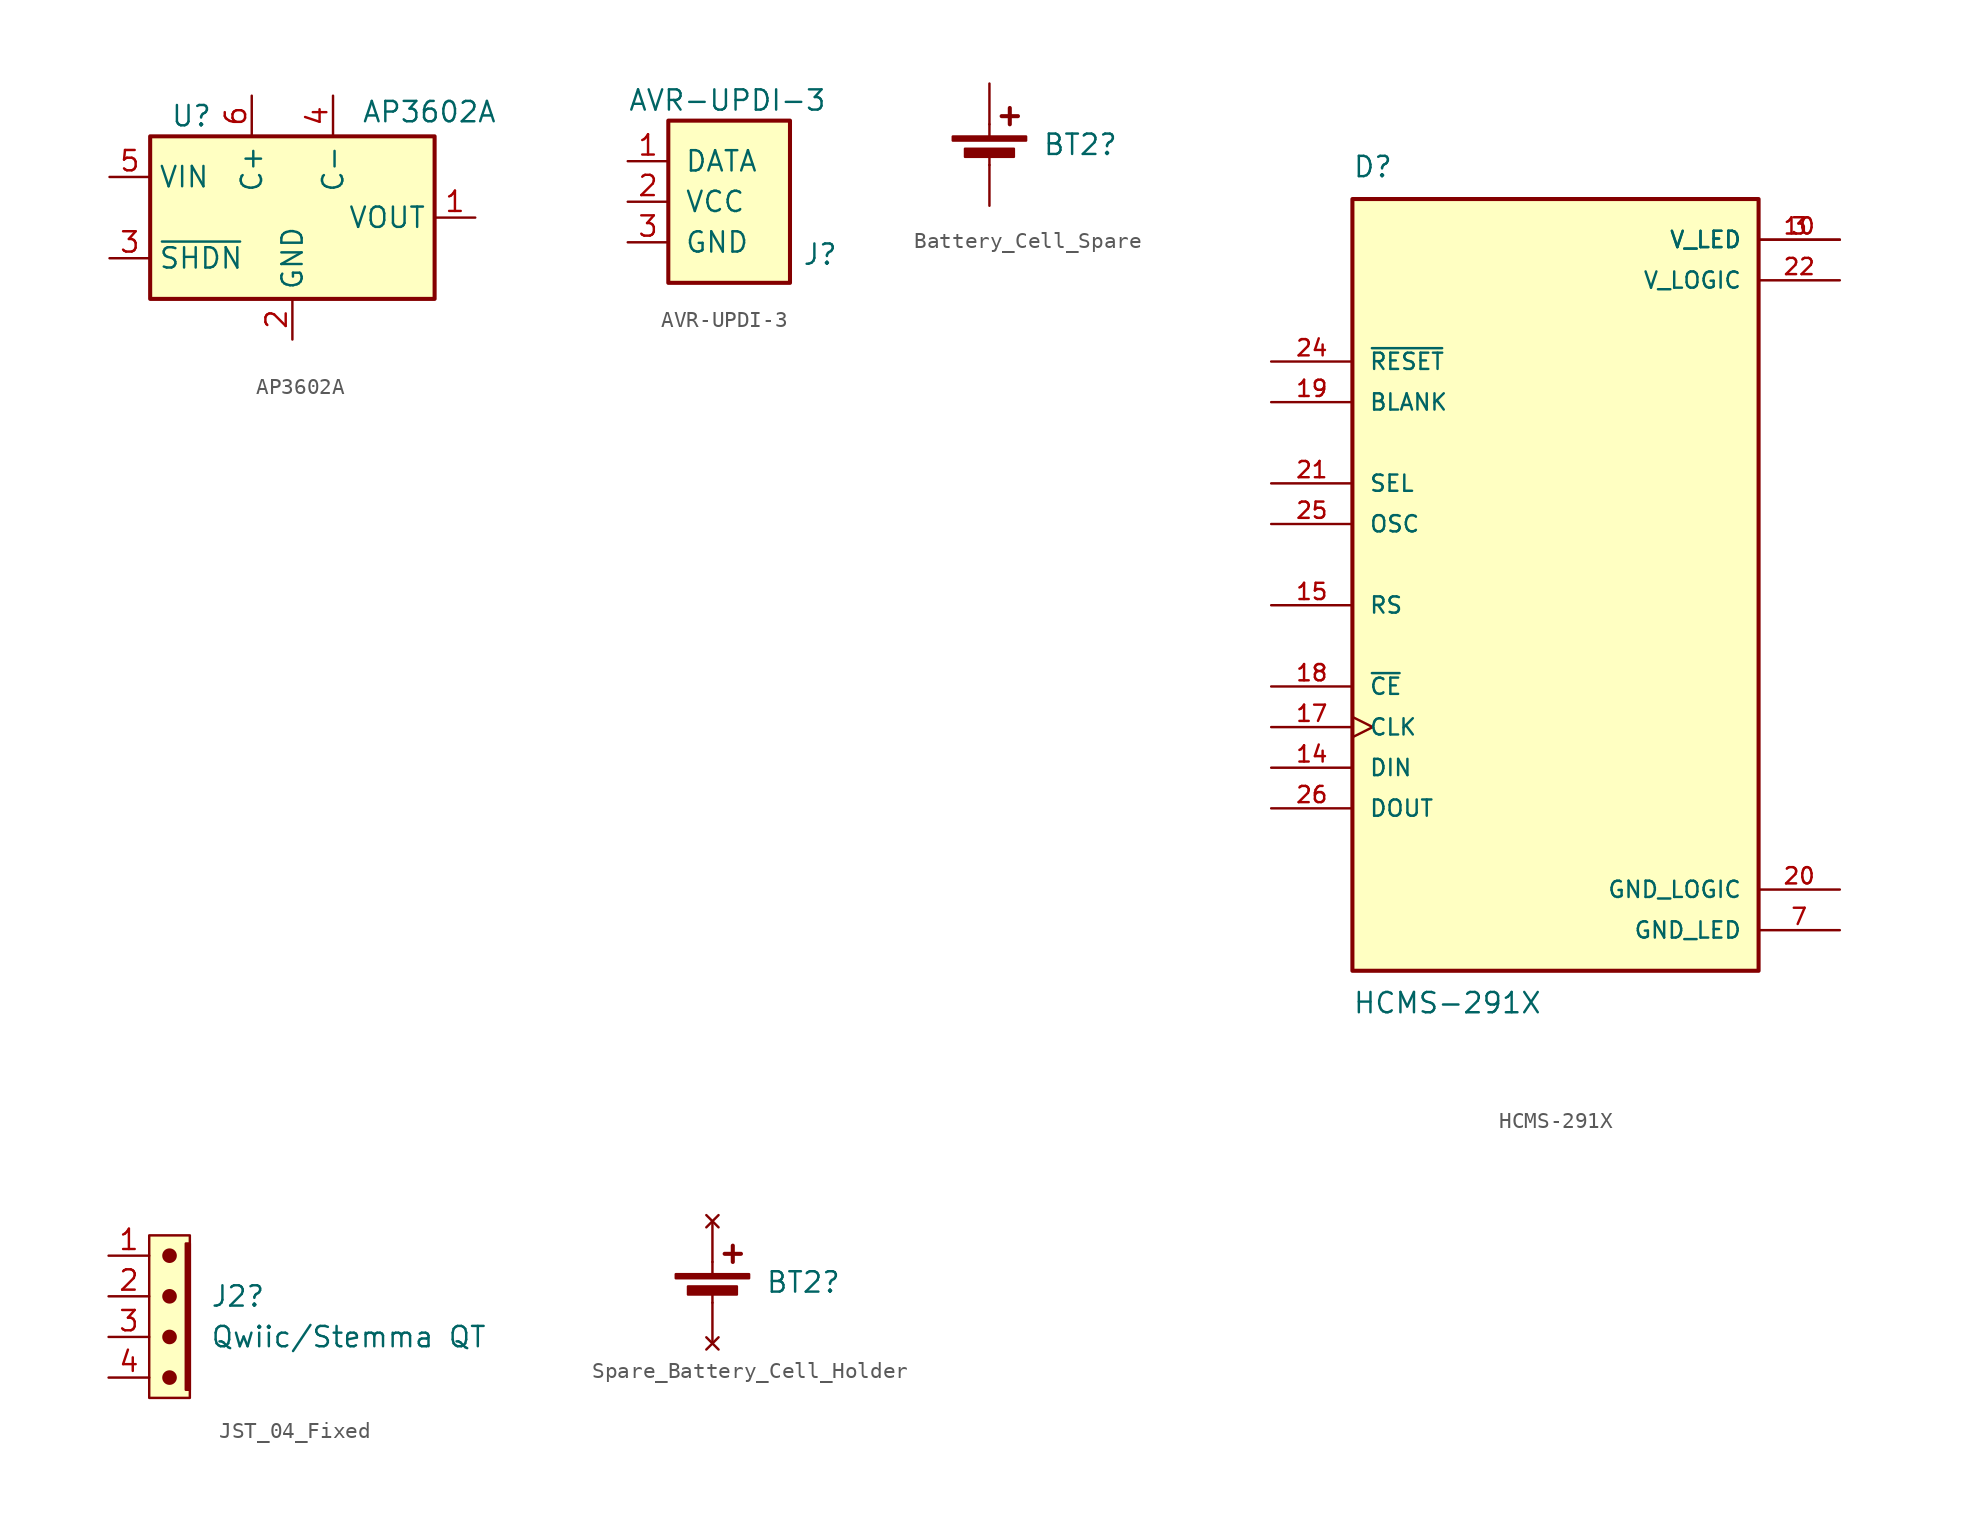
<source format=kicad_sym>
(kicad_symbol_lib
  (version 20231120)
  (generator "kicad_symbol_editor")
  (generator_version "8.0")
  (symbol "AP3602A"
    (property "Reference" "U"
      (at -7.62 6.35 0)
      (effects (font (size 1.27 1.27)) (justify left)))
    (property "Value" "AP3602A"
      (at 4.318 6.604 0)
      (effects (font (size 1.27 1.27)) (justify left)))
    (symbol "AP3602A_0_1"
      (rectangle (start -8.89 5.08) (end 8.89 -5.08) (stroke (width 0.254) (type default)) (fill (type background))))
    (symbol "AP3602A_1_1"
      (pin power_out line (at 11.43 0 180) (length 2.54) (name "VOUT" (effects (font (size 1.27 1.27)))) (number "1" (effects (font (size 1.27 1.27)))))
      (pin power_in line (at 0 -7.62 90) (length 2.54) (name "GND" (effects (font (size 1.27 1.27)))) (number "2" (effects (font (size 1.27 1.27)))))
      (pin input line (at -11.43 -2.54 0) (length 2.54) (name "~{SHDN}" (effects (font (size 1.27 1.27)))) (number "3" (effects (font (size 1.27 1.27)))))
      (pin passive line (at 2.54 7.62 270) (length 2.54) (name "C-" (effects (font (size 1.27 1.27)))) (number "4" (effects (font (size 1.27 1.27)))))
      (pin power_in line (at -11.43 2.54 0) (length 2.54) (name "VIN" (effects (font (size 1.27 1.27)))) (number "5" (effects (font (size 1.27 1.27)))))
      (pin passive line (at -2.54 7.62 270) (length 2.54) (name "C+" (effects (font (size 1.27 1.27)))) (number "6" (effects (font (size 1.27 1.27)))))))
  (symbol "AVR-UPDI-3"
    (pin_names
      (offset 1.016))
    (property "Reference" "J"
      (at 4.572 -3.302 0)
      (effects (font (size 1.27 1.27)) (justify left)))
    (property "Value" "AVR-UPDI-3"
      (at -6.35 6.35 0)
      (effects (font (size 1.27 1.27)) (justify left)))
    (symbol "AVR-UPDI-3_0_1"
      (rectangle (start -3.81 5.08) (end 3.81 -5.08) (stroke (width 0.254) (type default)) (fill (type background))))
    (symbol "AVR-UPDI-3_1_1"
      (pin passive line (at -6.35 2.54 0) (length 2.54) (name "DATA" (effects (font (size 1.27 1.27)))) (number "1" (effects (font (size 1.27 1.27)))))
      (pin passive line (at -6.35 0 0) (length 2.54) (name "VCC" (effects (font (size 1.27 1.27)))) (number "2" (effects (font (size 1.27 1.27)))))
      (pin passive line (at -6.35 -2.54 0) (length 2.54) (name "GND" (effects (font (size 1.27 1.27)))) (number "3" (effects (font (size 1.27 1.27)))))))
  (symbol "Battery_Cell_Spare"
    (pin_numbers hide)
    (pin_names
      (offset 0) hide)
    (property "Reference" "BT2"
      (at 3.302 1.27 0)
      (effects (font (size 1.27 1.27)) (justify left)))
    (symbol "Battery_Cell_Spare_0_1"
      (rectangle (start -2.286 1.778) (end 2.286 1.524) (stroke (width 0) (type default)) (fill (type outline)))
      (rectangle (start -1.524 1.016) (end 1.524 0.508) (stroke (width 0) (type default)) (fill (type outline)))
      (polyline (pts (xy 0 0.762) (xy 0 0)) (stroke (width 0) (type default)) (fill (type none)))
      (polyline (pts (xy 0 1.778) (xy 0 2.54)) (stroke (width 0) (type default)) (fill (type none)))
      (polyline (pts (xy 0.762 3.048) (xy 1.778 3.048)) (stroke (width 0.254) (type default)) (fill (type none)))
      (polyline (pts (xy 1.27 3.556) (xy 1.27 2.54)) (stroke (width 0.254) (type default)) (fill (type none))))
    (symbol "Battery_Cell_Spare_1_1"
      (pin passive line (at 0 5.08 270) (length 2.54) (name "+" (effects (font (size 1.27 1.27)))) (number "1" (effects (font (size 1.27 1.27)))))
      (pin passive line (at 0 -2.54 90) (length 2.54) (name "-" (effects (font (size 1.27 1.27)))) (number "2" (effects (font (size 1.27 1.27)))))))
  (symbol "HCMS-291X"
    (pin_names
      (offset 1.016))
    (property "Reference" "D"
      (at -12.7 24.13 0)
      (effects (font (size 1.27 1.27)) (justify left bottom)))
    (property "Value" "HCMS-291X"
      (at -12.7 -26.67 0)
      (effects (font (size 1.27 1.27)) (justify left top)))
    (symbol "HCMS-291X_0_0"
      (rectangle (start -12.7 -25.4) (end 12.7 22.86) (stroke (width 0.254) (type default)) (fill (type background)))
      (pin power_in line (at 17.78 20.32 180) (length 5.08) (name "V_LED" (effects (font (size 1.016 1.016)))) (number "10" (effects (font (size 1.016 1.016)))))
      (pin input line (at -17.78 -12.7 0) (length 5.08) (name "DIN" (effects (font (size 1.016 1.016)))) (number "14" (effects (font (size 1.016 1.016)))))
      (pin input line (at -17.78 -2.54 0) (length 5.08) (name "RS" (effects (font (size 1.016 1.016)))) (number "15" (effects (font (size 1.016 1.016)))))
      (pin input clock (at -17.78 -10.16 0) (length 5.08) (name "CLK" (effects (font (size 1.016 1.016)))) (number "17" (effects (font (size 1.016 1.016)))))
      (pin input line (at -17.78 -7.62 0) (length 5.08) (name "~{CE}" (effects (font (size 1.016 1.016)))) (number "18" (effects (font (size 1.016 1.016)))))
      (pin input line (at -17.78 10.16 0) (length 5.08) (name "BLANK" (effects (font (size 1.016 1.016)))) (number "19" (effects (font (size 1.016 1.016)))))
      (pin power_in line (at 17.78 -20.32 180) (length 5.08) (name "GND_LOGIC" (effects (font (size 1.016 1.016)))) (number "20" (effects (font (size 1.016 1.016)))))
      (pin input line (at -17.78 5.08 0) (length 5.08) (name "SEL" (effects (font (size 1.016 1.016)))) (number "21" (effects (font (size 1.016 1.016)))))
      (pin power_in line (at 17.78 17.78 180) (length 5.08) (name "V_LOGIC" (effects (font (size 1.016 1.016)))) (number "22" (effects (font (size 1.016 1.016)))))
      (pin input line (at -17.78 12.7 0) (length 5.08) (name "~{RESET}" (effects (font (size 1.016 1.016)))) (number "24" (effects (font (size 1.016 1.016)))))
      (pin input line (at -17.78 2.54 0) (length 5.08) (name "OSC" (effects (font (size 1.016 1.016)))) (number "25" (effects (font (size 1.016 1.016)))))
      (pin output line (at -17.78 -15.24 0) (length 5.08) (name "DOUT" (effects (font (size 1.016 1.016)))) (number "26" (effects (font (size 1.016 1.016)))))
      (pin power_in line (at 17.78 20.32 180) (length 5.08) (name "V_LED" (effects (font (size 1.016 1.016)))) (number "3" (effects (font (size 1.016 1.016)))))
      (pin power_in line (at 17.78 -22.86 180) (length 5.08) (name "GND_LED" (effects (font (size 1.016 1.016)))) (number "7" (effects (font (size 1.016 1.016)))))))
  (symbol "JST_04_Fixed"
    (property "Reference" "J2"
      (at 2.54 1.27 0)
      (effects (font (size 1.27 1.27)) (justify left)))
    (property "Value" "Qwiic/Stemma QT"
      (at 2.54 -1.27 0)
      (effects (font (size 1.27 1.27)) (justify left)))
    (symbol "JST_04_Fixed_0_1"
      (rectangle (start -1.27 5.08) (end 1.27 -5.08) (stroke (width 0) (type default)) (fill (type background)))
      (circle (center 0 -3.81) (radius 0.381) (stroke (width 0) (type default)) (fill (type outline)))
      (circle (center 0 -1.27) (radius 0.381) (stroke (width 0) (type default)) (fill (type outline)))
      (circle (center 0 1.27) (radius 0.381) (stroke (width 0) (type default)) (fill (type outline)))
      (circle (center 0 3.81) (radius 0.381) (stroke (width 0) (type default)) (fill (type outline)))
      (rectangle (start 1.016 4.572) (end 1.27 -4.572) (stroke (width 0) (type default)) (fill (type outline))))
    (symbol "JST_04_Fixed_1_1"
      (pin passive line (at -3.81 3.81 0) (length 2.54) (name "" (effects (font (size 1.27 1.27)))) (number "1" (effects (font (size 1.27 1.27)))))
      (pin passive line (at -3.81 1.27 0) (length 2.54) (name "" (effects (font (size 1.27 1.27)))) (number "2" (effects (font (size 1.27 1.27)))))
      (pin passive line (at -3.81 -1.27 0) (length 2.54) (name "" (effects (font (size 1.27 1.27)))) (number "3" (effects (font (size 1.27 1.27)))))
      (pin passive line (at -3.81 -3.81 0) (length 2.54) (name "" (effects (font (size 1.27 1.27)))) (number "4" (effects (font (size 1.27 1.27)))))))
  (symbol "Spare_Battery_Cell_Holder"
    (pin_numbers hide)
    (pin_names
      (offset 0) hide)
    (property "Reference" "BT2"
      (at 3.302 1.27 0)
      (effects (font (size 1.27 1.27)) (justify left)))
    (symbol "Spare_Battery_Cell_Holder_0_1"
      (rectangle (start -2.286 1.778) (end 2.286 1.524) (stroke (width 0) (type default)) (fill (type outline)))
      (rectangle (start -1.524 1.016) (end 1.524 0.508) (stroke (width 0) (type default)) (fill (type outline)))
      (polyline (pts (xy 0 0.762) (xy 0 0)) (stroke (width 0) (type default)) (fill (type none)))
      (polyline (pts (xy 0 1.778) (xy 0 2.54)) (stroke (width 0) (type default)) (fill (type none)))
      (polyline (pts (xy 0.762 3.048) (xy 1.778 3.048)) (stroke (width 0.254) (type default)) (fill (type none)))
      (polyline (pts (xy 1.27 3.556) (xy 1.27 2.54)) (stroke (width 0.254) (type default)) (fill (type none))))
    (symbol "Spare_Battery_Cell_Holder_1_1"
      (pin no_connect line (at 0 -2.54 90) (length 2.54) (name "" (effects (font (size 1.27 1.27)))) (number "" (effects (font (size 1.27 1.27)))))
      (pin no_connect line (at 0 5.08 270) (length 2.54) (name "" (effects (font (size 1.27 1.27)))) (number "" (effects (font (size 1.27 1.27))))))))
</source>
